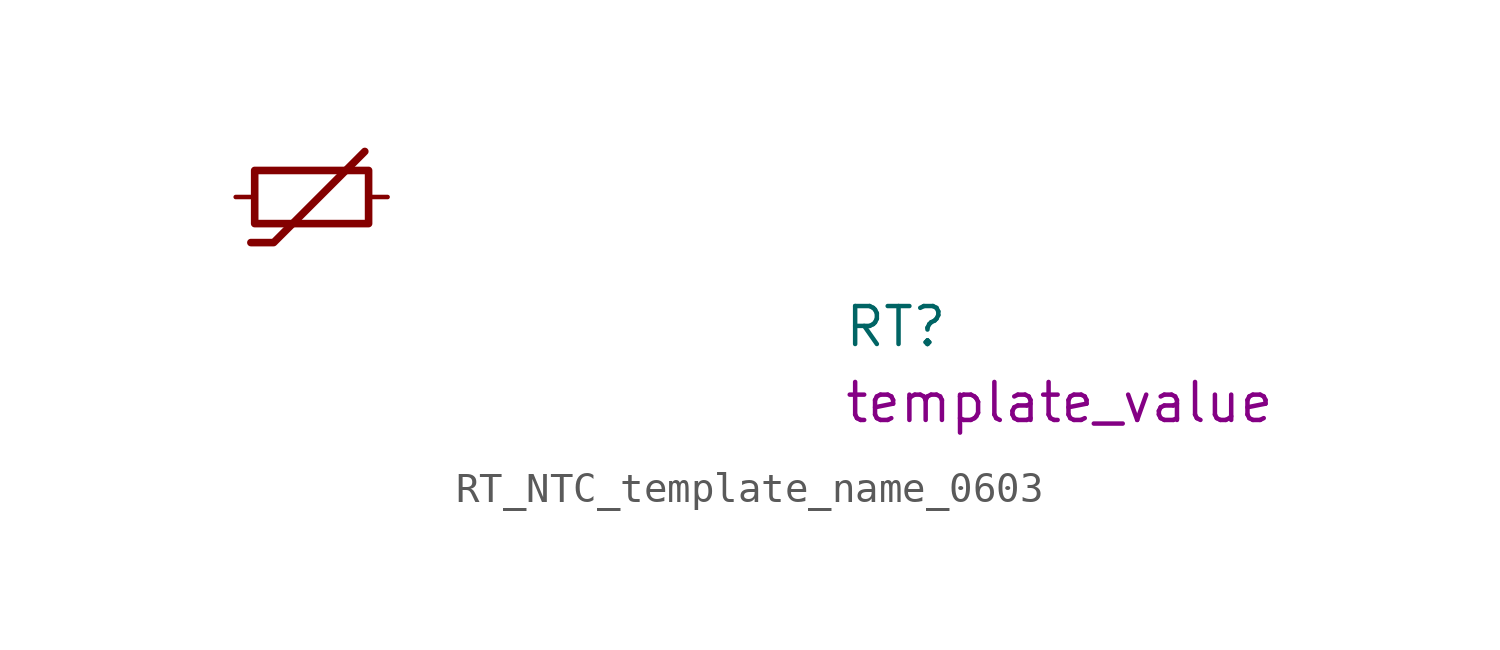
<source format=kicad_sym>
(kicad_symbol_lib
  (version 20220914)
  (generator kicad_symbol_editor)
  (symbol "RT_NTC_template_name_0603"
    (pin_numbers hide)
    (pin_names hide)
    (property "Reference" "RT"
      (at 20.32 -5.08 0)
      (effects (font (size 1.27 1.27) (thickness 0.15)) (justify left bottom)))
    (property "Val" "template_value"
      (at 20.32 -7.62 0)
      (effects (font (size 1.27 1.27) (thickness 0.15)) (justify left bottom)))
    (symbol "RT_NTC_template_name_0603_0_1"
      (rectangle (start 0.635 0.889) (end 4.445 -0.889) (stroke (width 0.254) (type default)) (fill (type none))))
    (symbol "RT_NTC_template_name_0603_1_1"
      (polyline (pts (xy 4.318 1.524) (xy 1.27 -1.524) (xy 0.508 -1.524)) (stroke (width 0.254) (type default)) (fill (type none)))
      (pin passive line (at 0 0 0) (length 0.635) (name "~" (effects (font (size 1.27 1.27)))) (number "1" (effects (font (size 1.27 1.27)))))
      (pin passive line (at 5.08 0 180) (length 0.635) (name "~" (effects (font (size 1.27 1.27)))) (number "2" (effects (font (size 1.27 1.27))))))))
</source>
